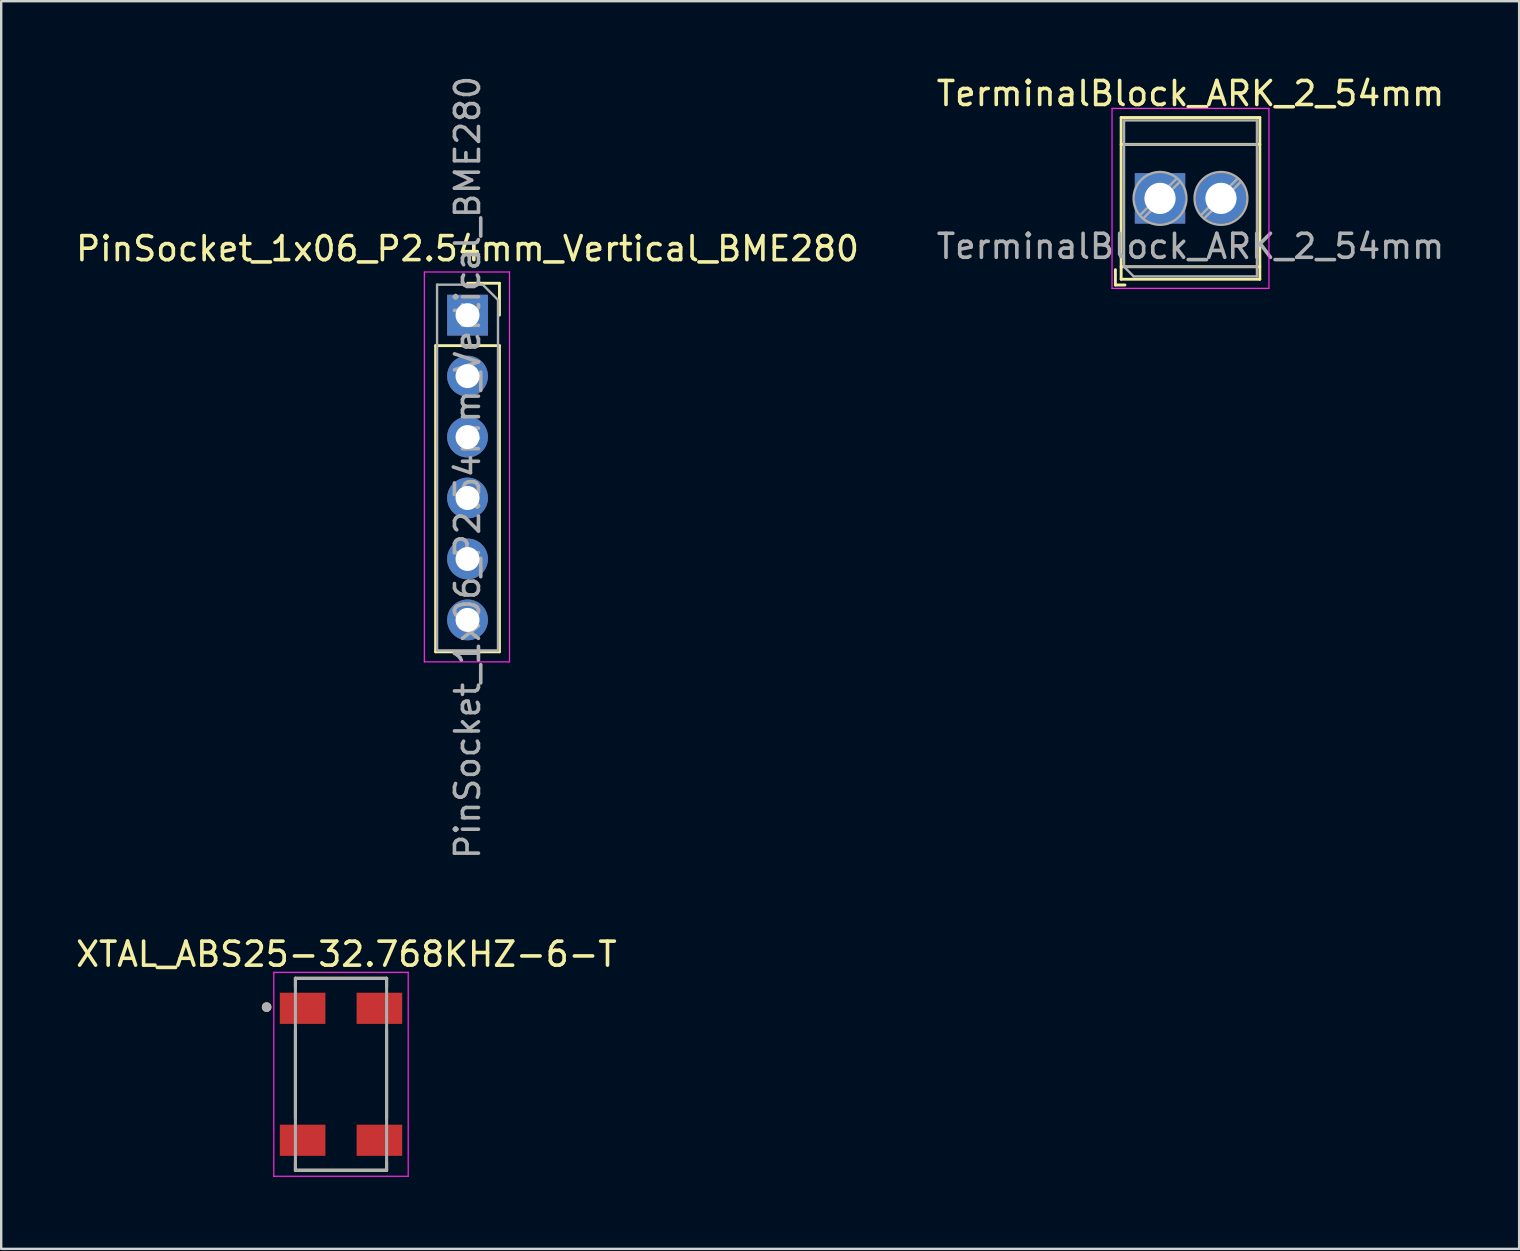
<source format=kicad_pcb>
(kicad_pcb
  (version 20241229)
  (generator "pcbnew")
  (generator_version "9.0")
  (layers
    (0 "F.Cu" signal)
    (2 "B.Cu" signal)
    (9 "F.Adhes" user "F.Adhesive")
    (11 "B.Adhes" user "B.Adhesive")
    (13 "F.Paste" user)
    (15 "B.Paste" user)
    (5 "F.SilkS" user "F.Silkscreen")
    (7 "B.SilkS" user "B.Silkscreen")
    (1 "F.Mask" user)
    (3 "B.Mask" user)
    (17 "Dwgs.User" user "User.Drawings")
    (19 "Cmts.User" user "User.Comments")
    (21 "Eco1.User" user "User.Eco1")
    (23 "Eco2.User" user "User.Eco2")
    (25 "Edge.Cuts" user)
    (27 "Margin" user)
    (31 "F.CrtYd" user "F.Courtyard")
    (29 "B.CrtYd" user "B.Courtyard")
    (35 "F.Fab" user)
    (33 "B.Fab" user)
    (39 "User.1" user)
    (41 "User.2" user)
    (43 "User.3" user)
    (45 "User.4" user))
  (footprint "XTAL_ABS25-32.768KHZ-6-T"
    (layer "F.Cu")
    (at 11.162 41.722)
    (property "Reference" "XTAL_ABS25-32.768KHZ-6-T" (at 0.225 -5.005 0) (layer "F.SilkS") (effects (font (size 1 1) (thickness 0.15))))
    (attr smd)
    (fp_line (start -1.9 -4) (end -1.9 -3.65) (stroke (width 0.127) (type solid)) (layer "F.SilkS"))
    (fp_line (start -1.9 -1.85) (end -1.9 1.85) (stroke (width 0.127) (type solid)) (layer "F.SilkS"))
    (fp_line (start -1.9 3.65) (end -1.9 4) (stroke (width 0.127) (type solid)) (layer "F.SilkS"))
    (fp_line (start -1.9 4) (end 1.9 4) (stroke (width 0.127) (type solid)) (layer "F.SilkS"))
    (fp_line (start 1.9 -4) (end -1.9 -4) (stroke (width 0.127) (type solid)) (layer "F.SilkS"))
    (fp_line (start 1.9 -3.65) (end 1.9 -4) (stroke (width 0.127) (type solid)) (layer "F.SilkS"))
    (fp_line (start 1.9 -1.85) (end 1.9 1.85) (stroke (width 0.127) (type solid)) (layer "F.SilkS"))
    (fp_line (start 1.9 4) (end 1.9 3.65) (stroke (width 0.127) (type solid)) (layer "F.SilkS"))
    (fp_circle (center -3.1 -2.8) (end -3 -2.8) (stroke (width 0.2) (type solid)) (fill no) (layer "F.SilkS"))
    (fp_line (start -2.8 -4.25) (end 2.8 -4.25) (stroke (width 0.05) (type solid)) (layer "F.CrtYd"))
    (fp_line (start -2.8 4.25) (end -2.8 -4.25) (stroke (width 0.05) (type solid)) (layer "F.CrtYd"))
    (fp_line (start 2.8 -4.25) (end 2.8 4.25) (stroke (width 0.05) (type solid)) (layer "F.CrtYd"))
    (fp_line (start 2.8 4.25) (end -2.8 4.25) (stroke (width 0.05) (type solid)) (layer "F.CrtYd"))
    (fp_line (start -1.9 -4) (end 1.9 -4) (stroke (width 0.127) (type solid)) (layer "F.Fab"))
    (fp_line (start -1.9 4) (end -1.9 -4) (stroke (width 0.127) (type solid)) (layer "F.Fab"))
    (fp_line (start 1.9 -4) (end 1.9 4) (stroke (width 0.127) (type solid)) (layer "F.Fab"))
    (fp_line (start 1.9 4) (end -1.9 4) (stroke (width 0.127) (type solid)) (layer "F.Fab"))
    (fp_circle (center -3.1 -2.8) (end -3 -2.8) (stroke (width 0.2) (type solid)) (fill no) (layer "F.Fab"))
    (pad "1" smd rect (at -1.6 -2.75) (size 1.9 1.3) (layers "F.Cu" "F.Mask" "F.Paste"))
    (pad "2" smd rect (at -1.6 2.75) (size 1.9 1.3) (layers "F.Cu" "F.Mask" "F.Paste"))
    (pad "3" smd rect (at 1.6 2.75) (size 1.9 1.3) (layers "F.Cu" "F.Mask" "F.Paste"))
    (pad "4" smd rect (at 1.6 -2.75) (size 1.9 1.3) (layers "F.Cu" "F.Mask" "F.Paste")))
  (footprint "TerminalBlock_ARK_2_54mm"
    (layer "F.Cu")
    (at 45.295 5.218)
    (property "Reference" "TerminalBlock_ARK_2_54mm" (at 1.27 -4.37 0) (layer "F.SilkS") (effects (font (size 1 1) (thickness 0.15))))
    (attr through_hole)
    (fp_line (start -1.86 2.97) (end -1.86 3.61) (stroke (width 0.12) (type solid)) (layer "F.SilkS"))
    (fp_line (start -1.86 3.61) (end -1.46 3.61) (stroke (width 0.12) (type solid)) (layer "F.SilkS"))
    (fp_line (start -1.62 -3.37) (end -1.62 3.37) (stroke (width 0.12) (type solid)) (layer "F.SilkS"))
    (fp_line (start -1.62 -3.37) (end 4.16 -3.37) (stroke (width 0.12) (type solid)) (layer "F.SilkS"))
    (fp_line (start -1.62 -2.25) (end 4.16 -2.25) (stroke (width 0.12) (type solid)) (layer "F.SilkS"))
    (fp_line (start -1.62 2.85) (end 4.16 2.85) (stroke (width 0.12) (type solid)) (layer "F.SilkS"))
    (fp_line (start -1.62 3.37) (end 4.16 3.37) (stroke (width 0.12) (type solid)) (layer "F.SilkS"))
    (fp_line (start 4.16 -3.37) (end 4.16 3.37) (stroke (width 0.12) (type solid)) (layer "F.SilkS"))
    (fp_line (start -2 -3.75) (end -2 3.75) (stroke (width 0.05) (type solid)) (layer "F.CrtYd"))
    (fp_line (start -2 3.75) (end 4.54 3.75) (stroke (width 0.05) (type solid)) (layer "F.CrtYd"))
    (fp_line (start 4.54 -3.75) (end -2 -3.75) (stroke (width 0.05) (type solid)) (layer "F.CrtYd"))
    (fp_line (start 4.54 3.75) (end 4.54 -3.75) (stroke (width 0.05) (type solid)) (layer "F.CrtYd"))
    (fp_line (start -1.5 -3.25) (end 4.04 -3.25) (stroke (width 0.1) (type solid)) (layer "F.Fab"))
    (fp_line (start -1.5 -2.25) (end 4.04 -2.25) (stroke (width 0.1) (type solid)) (layer "F.Fab"))
    (fp_line (start -1.5 2.85) (end -1.5 -3.25) (stroke (width 0.1) (type solid)) (layer "F.Fab"))
    (fp_line (start -1.5 2.85) (end 4.04 2.85) (stroke (width 0.1) (type solid)) (layer "F.Fab"))
    (fp_line (start -1.1 3.25) (end -1.5 2.85) (stroke (width 0.1) (type solid)) (layer "F.Fab"))
    (fp_line (start 0.701 -0.835) (end -0.835 0.7) (stroke (width 0.1) (type solid)) (layer "F.Fab"))
    (fp_line (start 0.835 -0.7) (end -0.701 0.835) (stroke (width 0.1) (type solid)) (layer "F.Fab"))
    (fp_line (start 3.241 -0.835) (end 1.706 0.7) (stroke (width 0.1) (type solid)) (layer "F.Fab"))
    (fp_line (start 3.375 -0.7) (end 1.84 0.835) (stroke (width 0.1) (type solid)) (layer "F.Fab"))
    (fp_line (start 4.04 -3.25) (end 4.04 3.25) (stroke (width 0.1) (type solid)) (layer "F.Fab"))
    (fp_line (start 4.04 3.25) (end -1.1 3.25) (stroke (width 0.1) (type solid)) (layer "F.Fab"))
    (fp_circle (center 0 0) (end 1.1 0) (stroke (width 0.1) (type solid)) (fill no) (layer "F.Fab"))
    (fp_circle (center 2.54 0) (end 3.64 0) (stroke (width 0.1) (type solid)) (fill no) (layer "F.Fab"))
    (fp_text user "${REFERENCE}" (at 1.27 2 0) (layer "F.Fab") (effects (font (size 1 1) (thickness 0.15))))
    (pad "1" thru_hole rect (at 0 0) (size 2.1 2.1) (drill 1.3) (layers "*.Cu" "*.Mask"))
    (pad "2" thru_hole circle (at 2.54 0) (size 2.1 2.1) (drill 1.3) (layers "*.Cu" "*.Mask")))
  (footprint "PinSocket_1x06_P2.54mm_Vertical_BME280"
    (layer "F.Cu")
    (at 16.435 10.085)
    (property "Reference" "PinSocket_1x06_P2.54mm_Vertical_BME280" (at 0 -2.77 0) (layer "F.SilkS") (effects (font (size 1 1) (thickness 0.15))))
    (attr through_hole)
    (fp_line (start -1.33 1.27) (end -1.33 14.03) (stroke (width 0.12) (type solid)) (layer "F.SilkS"))
    (fp_line (start -1.33 1.27) (end 1.33 1.27) (stroke (width 0.12) (type solid)) (layer "F.SilkS"))
    (fp_line (start -1.33 14.03) (end 1.33 14.03) (stroke (width 0.12) (type solid)) (layer "F.SilkS"))
    (fp_line (start 0 -1.33) (end 1.33 -1.33) (stroke (width 0.12) (type solid)) (layer "F.SilkS"))
    (fp_line (start 1.33 -1.33) (end 1.33 0) (stroke (width 0.12) (type solid)) (layer "F.SilkS"))
    (fp_line (start 1.33 1.27) (end 1.33 14.03) (stroke (width 0.12) (type solid)) (layer "F.SilkS"))
    (fp_line (start -1.8 -1.8) (end 1.75 -1.8) (stroke (width 0.05) (type solid)) (layer "F.CrtYd"))
    (fp_line (start -1.8 14.45) (end -1.8 -1.8) (stroke (width 0.05) (type solid)) (layer "F.CrtYd"))
    (fp_line (start 1.75 -1.8) (end 1.75 14.45) (stroke (width 0.05) (type solid)) (layer "F.CrtYd"))
    (fp_line (start 1.75 14.45) (end -1.8 14.45) (stroke (width 0.05) (type solid)) (layer "F.CrtYd"))
    (fp_line (start -1.27 -1.27) (end 0.635 -1.27) (stroke (width 0.1) (type solid)) (layer "F.Fab"))
    (fp_line (start -1.27 13.97) (end -1.27 -1.27) (stroke (width 0.1) (type solid)) (layer "F.Fab"))
    (fp_line (start 0.635 -1.27) (end 1.27 -0.635) (stroke (width 0.1) (type solid)) (layer "F.Fab"))
    (fp_line (start 1.27 -0.635) (end 1.27 13.97) (stroke (width 0.1) (type solid)) (layer "F.Fab"))
    (fp_line (start 1.27 13.97) (end -1.27 13.97) (stroke (width 0.1) (type solid)) (layer "F.Fab"))
    (fp_text user "${REFERENCE}" (at 0 6.35 90) (layer "F.Fab") (effects (font (size 1 1) (thickness 0.15))))
    (pad "1" thru_hole rect (at 0 0) (size 1.7 1.7) (drill 1) (layers "*.Cu" "*.Mask"))
    (pad "2" thru_hole oval (at 0 2.54) (size 1.7 1.7) (drill 1) (layers "*.Cu" "*.Mask"))
    (pad "3" thru_hole oval (at 0 5.08) (size 1.7 1.7) (drill 1) (layers "*.Cu" "*.Mask"))
    (pad "4" thru_hole oval (at 0 7.62) (size 1.7 1.7) (drill 1) (layers "*.Cu" "*.Mask"))
    (pad "5" thru_hole oval (at 0 10.16) (size 1.7 1.7) (drill 1) (layers "*.Cu" "*.Mask"))
    (pad "6" thru_hole oval (at 0 12.7) (size 1.7 1.7) (drill 1) (layers "*.Cu" "*.Mask")))
  (gr_rect
    (start -3 -3)
    (end 60.262 48.997)
    (stroke (width 0.1) (type default))
    (fill no)
    (layer "Edge.Cuts")))
</source>
